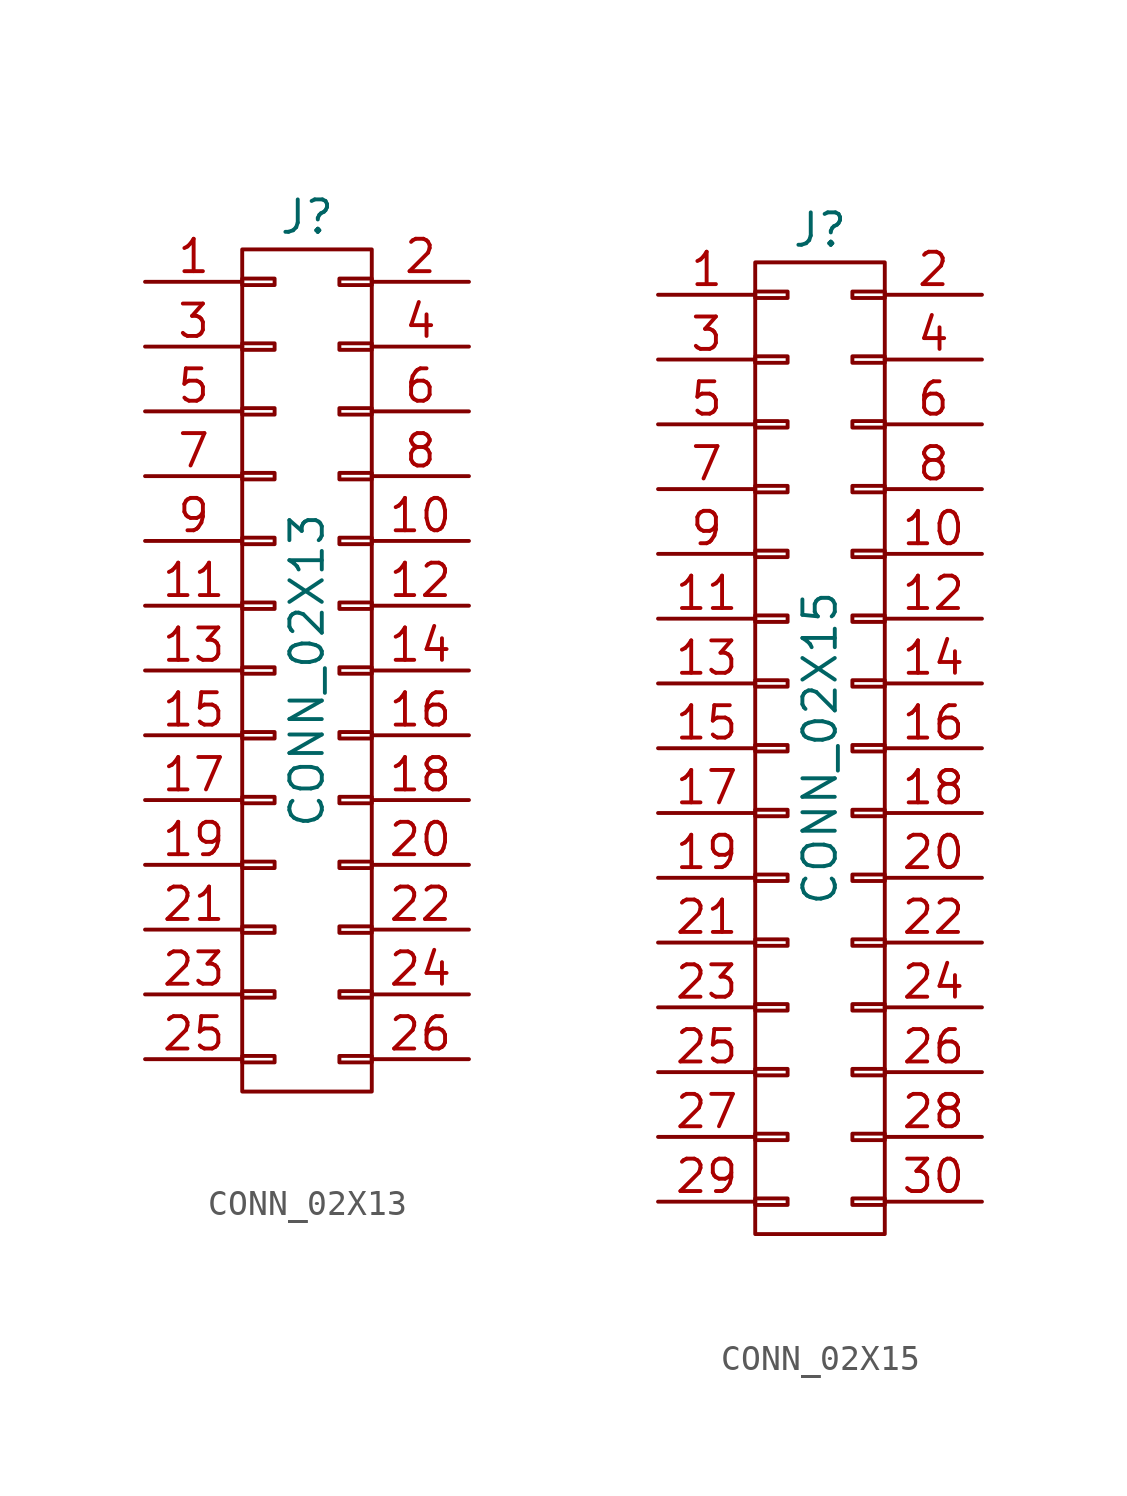
<source format=kicad_sym>
(kicad_symbol_lib
  (version 20211014)
  (generator kicad_symbol_editor)
  (symbol "CONN_02X13"
    (pin_names
      (offset 0.025) hide)
    (property "Reference" "J"
      (at 0 17.78 0)
      (effects (font (size 1.27 1.27))))
    (property "Value" "CONN_02X13"
      (at 0 0 90)
      (effects (font (size 1.27 1.27))))
    (symbol "CONN_02X13_0_1"
      (rectangle (start -2.54 -15.113) (end -1.27 -15.367) (stroke (width 0) (type default) (color 0 0 0 0)) (fill (type none)))
      (rectangle (start -2.54 -12.573) (end -1.27 -12.827) (stroke (width 0) (type default) (color 0 0 0 0)) (fill (type none)))
      (rectangle (start -2.54 -10.033) (end -1.27 -10.287) (stroke (width 0) (type default) (color 0 0 0 0)) (fill (type none)))
      (rectangle (start -2.54 -7.493) (end -1.27 -7.747) (stroke (width 0) (type default) (color 0 0 0 0)) (fill (type none)))
      (rectangle (start -2.54 -4.953) (end -1.27 -5.207) (stroke (width 0) (type default) (color 0 0 0 0)) (fill (type none)))
      (rectangle (start -2.54 -2.413) (end -1.27 -2.667) (stroke (width 0) (type default) (color 0 0 0 0)) (fill (type none)))
      (rectangle (start -2.54 0.127) (end -1.27 -0.127) (stroke (width 0) (type default) (color 0 0 0 0)) (fill (type none)))
      (rectangle (start -2.54 2.667) (end -1.27 2.413) (stroke (width 0) (type default) (color 0 0 0 0)) (fill (type none)))
      (rectangle (start -2.54 5.207) (end -1.27 4.953) (stroke (width 0) (type default) (color 0 0 0 0)) (fill (type none)))
      (rectangle (start -2.54 7.747) (end -1.27 7.493) (stroke (width 0) (type default) (color 0 0 0 0)) (fill (type none)))
      (rectangle (start -2.54 10.287) (end -1.27 10.033) (stroke (width 0) (type default) (color 0 0 0 0)) (fill (type none)))
      (rectangle (start -2.54 12.827) (end -1.27 12.573) (stroke (width 0) (type default) (color 0 0 0 0)) (fill (type none)))
      (rectangle (start -2.54 15.367) (end -1.27 15.113) (stroke (width 0) (type default) (color 0 0 0 0)) (fill (type none)))
      (rectangle (start -2.54 16.51) (end 2.54 -16.51) (stroke (width 0) (type default) (color 0 0 0 0)) (fill (type none)))
      (rectangle (start 1.27 -15.113) (end 2.54 -15.367) (stroke (width 0) (type default) (color 0 0 0 0)) (fill (type none)))
      (rectangle (start 1.27 -12.573) (end 2.54 -12.827) (stroke (width 0) (type default) (color 0 0 0 0)) (fill (type none)))
      (rectangle (start 1.27 -10.033) (end 2.54 -10.287) (stroke (width 0) (type default) (color 0 0 0 0)) (fill (type none)))
      (rectangle (start 1.27 -7.493) (end 2.54 -7.747) (stroke (width 0) (type default) (color 0 0 0 0)) (fill (type none)))
      (rectangle (start 1.27 -4.953) (end 2.54 -5.207) (stroke (width 0) (type default) (color 0 0 0 0)) (fill (type none)))
      (rectangle (start 1.27 -2.413) (end 2.54 -2.667) (stroke (width 0) (type default) (color 0 0 0 0)) (fill (type none)))
      (rectangle (start 1.27 0.127) (end 2.54 -0.127) (stroke (width 0) (type default) (color 0 0 0 0)) (fill (type none)))
      (rectangle (start 1.27 2.667) (end 2.54 2.413) (stroke (width 0) (type default) (color 0 0 0 0)) (fill (type none)))
      (rectangle (start 1.27 5.207) (end 2.54 4.953) (stroke (width 0) (type default) (color 0 0 0 0)) (fill (type none)))
      (rectangle (start 1.27 7.747) (end 2.54 7.493) (stroke (width 0) (type default) (color 0 0 0 0)) (fill (type none)))
      (rectangle (start 1.27 10.287) (end 2.54 10.033) (stroke (width 0) (type default) (color 0 0 0 0)) (fill (type none)))
      (rectangle (start 1.27 12.827) (end 2.54 12.573) (stroke (width 0) (type default) (color 0 0 0 0)) (fill (type none)))
      (rectangle (start 1.27 15.367) (end 2.54 15.113) (stroke (width 0) (type default) (color 0 0 0 0)) (fill (type none))))
    (symbol "CONN_02X13_1_1"
      (pin passive line (at -6.35 15.24 0) (length 3.81) (name "P1" (effects (font (size 1.27 1.27)))) (number "1" (effects (font (size 1.27 1.27)))))
      (pin passive line (at 6.35 5.08 180) (length 3.81) (name "P10" (effects (font (size 1.27 1.27)))) (number "10" (effects (font (size 1.27 1.27)))))
      (pin passive line (at -6.35 2.54 0) (length 3.81) (name "P11" (effects (font (size 1.27 1.27)))) (number "11" (effects (font (size 1.27 1.27)))))
      (pin passive line (at 6.35 2.54 180) (length 3.81) (name "P12" (effects (font (size 1.27 1.27)))) (number "12" (effects (font (size 1.27 1.27)))))
      (pin passive line (at -6.35 0 0) (length 3.81) (name "P13" (effects (font (size 1.27 1.27)))) (number "13" (effects (font (size 1.27 1.27)))))
      (pin passive line (at 6.35 0 180) (length 3.81) (name "P14" (effects (font (size 1.27 1.27)))) (number "14" (effects (font (size 1.27 1.27)))))
      (pin passive line (at -6.35 -2.54 0) (length 3.81) (name "P15" (effects (font (size 1.27 1.27)))) (number "15" (effects (font (size 1.27 1.27)))))
      (pin passive line (at 6.35 -2.54 180) (length 3.81) (name "P16" (effects (font (size 1.27 1.27)))) (number "16" (effects (font (size 1.27 1.27)))))
      (pin passive line (at -6.35 -5.08 0) (length 3.81) (name "P17" (effects (font (size 1.27 1.27)))) (number "17" (effects (font (size 1.27 1.27)))))
      (pin passive line (at 6.35 -5.08 180) (length 3.81) (name "P18" (effects (font (size 1.27 1.27)))) (number "18" (effects (font (size 1.27 1.27)))))
      (pin passive line (at -6.35 -7.62 0) (length 3.81) (name "P19" (effects (font (size 1.27 1.27)))) (number "19" (effects (font (size 1.27 1.27)))))
      (pin passive line (at 6.35 15.24 180) (length 3.81) (name "P2" (effects (font (size 1.27 1.27)))) (number "2" (effects (font (size 1.27 1.27)))))
      (pin passive line (at 6.35 -7.62 180) (length 3.81) (name "P20" (effects (font (size 1.27 1.27)))) (number "20" (effects (font (size 1.27 1.27)))))
      (pin passive line (at -6.35 -10.16 0) (length 3.81) (name "P21" (effects (font (size 1.27 1.27)))) (number "21" (effects (font (size 1.27 1.27)))))
      (pin passive line (at 6.35 -10.16 180) (length 3.81) (name "P22" (effects (font (size 1.27 1.27)))) (number "22" (effects (font (size 1.27 1.27)))))
      (pin passive line (at -6.35 -12.7 0) (length 3.81) (name "P23" (effects (font (size 1.27 1.27)))) (number "23" (effects (font (size 1.27 1.27)))))
      (pin passive line (at 6.35 -12.7 180) (length 3.81) (name "P24" (effects (font (size 1.27 1.27)))) (number "24" (effects (font (size 1.27 1.27)))))
      (pin passive line (at -6.35 -15.24 0) (length 3.81) (name "P25" (effects (font (size 1.27 1.27)))) (number "25" (effects (font (size 1.27 1.27)))))
      (pin passive line (at 6.35 -15.24 180) (length 3.81) (name "P26" (effects (font (size 1.27 1.27)))) (number "26" (effects (font (size 1.27 1.27)))))
      (pin passive line (at -6.35 12.7 0) (length 3.81) (name "P3" (effects (font (size 1.27 1.27)))) (number "3" (effects (font (size 1.27 1.27)))))
      (pin passive line (at 6.35 12.7 180) (length 3.81) (name "P4" (effects (font (size 1.27 1.27)))) (number "4" (effects (font (size 1.27 1.27)))))
      (pin passive line (at -6.35 10.16 0) (length 3.81) (name "P5" (effects (font (size 1.27 1.27)))) (number "5" (effects (font (size 1.27 1.27)))))
      (pin passive line (at 6.35 10.16 180) (length 3.81) (name "P6" (effects (font (size 1.27 1.27)))) (number "6" (effects (font (size 1.27 1.27)))))
      (pin passive line (at -6.35 7.62 0) (length 3.81) (name "P7" (effects (font (size 1.27 1.27)))) (number "7" (effects (font (size 1.27 1.27)))))
      (pin passive line (at 6.35 7.62 180) (length 3.81) (name "P8" (effects (font (size 1.27 1.27)))) (number "8" (effects (font (size 1.27 1.27)))))
      (pin passive line (at -6.35 5.08 0) (length 3.81) (name "P9" (effects (font (size 1.27 1.27)))) (number "9" (effects (font (size 1.27 1.27)))))))
  (symbol "CONN_02X15"
    (pin_names
      (offset 0.025) hide)
    (property "Reference" "J"
      (at 0 20.32 0)
      (effects (font (size 1.27 1.27))))
    (property "Value" "CONN_02X15"
      (at 0 0 90)
      (effects (font (size 1.27 1.27))))
    (symbol "CONN_02X15_0_1"
      (rectangle (start -2.54 -17.653) (end -1.27 -17.907) (stroke (width 0) (type default) (color 0 0 0 0)) (fill (type none)))
      (rectangle (start -2.54 -15.113) (end -1.27 -15.367) (stroke (width 0) (type default) (color 0 0 0 0)) (fill (type none)))
      (rectangle (start -2.54 -12.573) (end -1.27 -12.827) (stroke (width 0) (type default) (color 0 0 0 0)) (fill (type none)))
      (rectangle (start -2.54 -10.033) (end -1.27 -10.287) (stroke (width 0) (type default) (color 0 0 0 0)) (fill (type none)))
      (rectangle (start -2.54 -7.493) (end -1.27 -7.747) (stroke (width 0) (type default) (color 0 0 0 0)) (fill (type none)))
      (rectangle (start -2.54 -4.953) (end -1.27 -5.207) (stroke (width 0) (type default) (color 0 0 0 0)) (fill (type none)))
      (rectangle (start -2.54 -2.413) (end -1.27 -2.667) (stroke (width 0) (type default) (color 0 0 0 0)) (fill (type none)))
      (rectangle (start -2.54 0.127) (end -1.27 -0.127) (stroke (width 0) (type default) (color 0 0 0 0)) (fill (type none)))
      (rectangle (start -2.54 2.667) (end -1.27 2.413) (stroke (width 0) (type default) (color 0 0 0 0)) (fill (type none)))
      (rectangle (start -2.54 5.207) (end -1.27 4.953) (stroke (width 0) (type default) (color 0 0 0 0)) (fill (type none)))
      (rectangle (start -2.54 7.747) (end -1.27 7.493) (stroke (width 0) (type default) (color 0 0 0 0)) (fill (type none)))
      (rectangle (start -2.54 10.287) (end -1.27 10.033) (stroke (width 0) (type default) (color 0 0 0 0)) (fill (type none)))
      (rectangle (start -2.54 12.827) (end -1.27 12.573) (stroke (width 0) (type default) (color 0 0 0 0)) (fill (type none)))
      (rectangle (start -2.54 15.367) (end -1.27 15.113) (stroke (width 0) (type default) (color 0 0 0 0)) (fill (type none)))
      (rectangle (start -2.54 17.907) (end -1.27 17.653) (stroke (width 0) (type default) (color 0 0 0 0)) (fill (type none)))
      (rectangle (start -2.54 19.05) (end 2.54 -19.05) (stroke (width 0) (type default) (color 0 0 0 0)) (fill (type none)))
      (rectangle (start 1.27 -17.653) (end 2.54 -17.907) (stroke (width 0) (type default) (color 0 0 0 0)) (fill (type none)))
      (rectangle (start 1.27 -15.113) (end 2.54 -15.367) (stroke (width 0) (type default) (color 0 0 0 0)) (fill (type none)))
      (rectangle (start 1.27 -12.573) (end 2.54 -12.827) (stroke (width 0) (type default) (color 0 0 0 0)) (fill (type none)))
      (rectangle (start 1.27 -10.033) (end 2.54 -10.287) (stroke (width 0) (type default) (color 0 0 0 0)) (fill (type none)))
      (rectangle (start 1.27 -7.493) (end 2.54 -7.747) (stroke (width 0) (type default) (color 0 0 0 0)) (fill (type none)))
      (rectangle (start 1.27 -4.953) (end 2.54 -5.207) (stroke (width 0) (type default) (color 0 0 0 0)) (fill (type none)))
      (rectangle (start 1.27 -2.413) (end 2.54 -2.667) (stroke (width 0) (type default) (color 0 0 0 0)) (fill (type none)))
      (rectangle (start 1.27 0.127) (end 2.54 -0.127) (stroke (width 0) (type default) (color 0 0 0 0)) (fill (type none)))
      (rectangle (start 1.27 2.667) (end 2.54 2.413) (stroke (width 0) (type default) (color 0 0 0 0)) (fill (type none)))
      (rectangle (start 1.27 5.207) (end 2.54 4.953) (stroke (width 0) (type default) (color 0 0 0 0)) (fill (type none)))
      (rectangle (start 1.27 7.747) (end 2.54 7.493) (stroke (width 0) (type default) (color 0 0 0 0)) (fill (type none)))
      (rectangle (start 1.27 10.287) (end 2.54 10.033) (stroke (width 0) (type default) (color 0 0 0 0)) (fill (type none)))
      (rectangle (start 1.27 12.827) (end 2.54 12.573) (stroke (width 0) (type default) (color 0 0 0 0)) (fill (type none)))
      (rectangle (start 1.27 15.367) (end 2.54 15.113) (stroke (width 0) (type default) (color 0 0 0 0)) (fill (type none)))
      (rectangle (start 1.27 17.907) (end 2.54 17.653) (stroke (width 0) (type default) (color 0 0 0 0)) (fill (type none))))
    (symbol "CONN_02X15_1_1"
      (pin passive line (at -6.35 17.78 0) (length 3.81) (name "P1" (effects (font (size 1.27 1.27)))) (number "1" (effects (font (size 1.27 1.27)))))
      (pin passive line (at 6.35 7.62 180) (length 3.81) (name "P10" (effects (font (size 1.27 1.27)))) (number "10" (effects (font (size 1.27 1.27)))))
      (pin passive line (at -6.35 5.08 0) (length 3.81) (name "P11" (effects (font (size 1.27 1.27)))) (number "11" (effects (font (size 1.27 1.27)))))
      (pin passive line (at 6.35 5.08 180) (length 3.81) (name "P12" (effects (font (size 1.27 1.27)))) (number "12" (effects (font (size 1.27 1.27)))))
      (pin passive line (at -6.35 2.54 0) (length 3.81) (name "P13" (effects (font (size 1.27 1.27)))) (number "13" (effects (font (size 1.27 1.27)))))
      (pin passive line (at 6.35 2.54 180) (length 3.81) (name "P14" (effects (font (size 1.27 1.27)))) (number "14" (effects (font (size 1.27 1.27)))))
      (pin passive line (at -6.35 0 0) (length 3.81) (name "P15" (effects (font (size 1.27 1.27)))) (number "15" (effects (font (size 1.27 1.27)))))
      (pin passive line (at 6.35 0 180) (length 3.81) (name "P16" (effects (font (size 1.27 1.27)))) (number "16" (effects (font (size 1.27 1.27)))))
      (pin passive line (at -6.35 -2.54 0) (length 3.81) (name "P17" (effects (font (size 1.27 1.27)))) (number "17" (effects (font (size 1.27 1.27)))))
      (pin passive line (at 6.35 -2.54 180) (length 3.81) (name "P18" (effects (font (size 1.27 1.27)))) (number "18" (effects (font (size 1.27 1.27)))))
      (pin passive line (at -6.35 -5.08 0) (length 3.81) (name "P19" (effects (font (size 1.27 1.27)))) (number "19" (effects (font (size 1.27 1.27)))))
      (pin passive line (at 6.35 17.78 180) (length 3.81) (name "P2" (effects (font (size 1.27 1.27)))) (number "2" (effects (font (size 1.27 1.27)))))
      (pin passive line (at 6.35 -5.08 180) (length 3.81) (name "P20" (effects (font (size 1.27 1.27)))) (number "20" (effects (font (size 1.27 1.27)))))
      (pin passive line (at -6.35 -7.62 0) (length 3.81) (name "P21" (effects (font (size 1.27 1.27)))) (number "21" (effects (font (size 1.27 1.27)))))
      (pin passive line (at 6.35 -7.62 180) (length 3.81) (name "P22" (effects (font (size 1.27 1.27)))) (number "22" (effects (font (size 1.27 1.27)))))
      (pin passive line (at -6.35 -10.16 0) (length 3.81) (name "P23" (effects (font (size 1.27 1.27)))) (number "23" (effects (font (size 1.27 1.27)))))
      (pin passive line (at 6.35 -10.16 180) (length 3.81) (name "P24" (effects (font (size 1.27 1.27)))) (number "24" (effects (font (size 1.27 1.27)))))
      (pin passive line (at -6.35 -12.7 0) (length 3.81) (name "P25" (effects (font (size 1.27 1.27)))) (number "25" (effects (font (size 1.27 1.27)))))
      (pin passive line (at 6.35 -12.7 180) (length 3.81) (name "P26" (effects (font (size 1.27 1.27)))) (number "26" (effects (font (size 1.27 1.27)))))
      (pin passive line (at -6.35 -15.24 0) (length 3.81) (name "P27" (effects (font (size 1.27 1.27)))) (number "27" (effects (font (size 1.27 1.27)))))
      (pin passive line (at 6.35 -15.24 180) (length 3.81) (name "P28" (effects (font (size 1.27 1.27)))) (number "28" (effects (font (size 1.27 1.27)))))
      (pin passive line (at -6.35 -17.78 0) (length 3.81) (name "P29" (effects (font (size 1.27 1.27)))) (number "29" (effects (font (size 1.27 1.27)))))
      (pin passive line (at -6.35 15.24 0) (length 3.81) (name "P3" (effects (font (size 1.27 1.27)))) (number "3" (effects (font (size 1.27 1.27)))))
      (pin passive line (at 6.35 -17.78 180) (length 3.81) (name "P30" (effects (font (size 1.27 1.27)))) (number "30" (effects (font (size 1.27 1.27)))))
      (pin passive line (at 6.35 15.24 180) (length 3.81) (name "P4" (effects (font (size 1.27 1.27)))) (number "4" (effects (font (size 1.27 1.27)))))
      (pin passive line (at -6.35 12.7 0) (length 3.81) (name "P5" (effects (font (size 1.27 1.27)))) (number "5" (effects (font (size 1.27 1.27)))))
      (pin passive line (at 6.35 12.7 180) (length 3.81) (name "P6" (effects (font (size 1.27 1.27)))) (number "6" (effects (font (size 1.27 1.27)))))
      (pin passive line (at -6.35 10.16 0) (length 3.81) (name "P7" (effects (font (size 1.27 1.27)))) (number "7" (effects (font (size 1.27 1.27)))))
      (pin passive line (at 6.35 10.16 180) (length 3.81) (name "P8" (effects (font (size 1.27 1.27)))) (number "8" (effects (font (size 1.27 1.27)))))
      (pin passive line (at -6.35 7.62 0) (length 3.81) (name "P9" (effects (font (size 1.27 1.27)))) (number "9" (effects (font (size 1.27 1.27))))))))
</source>
